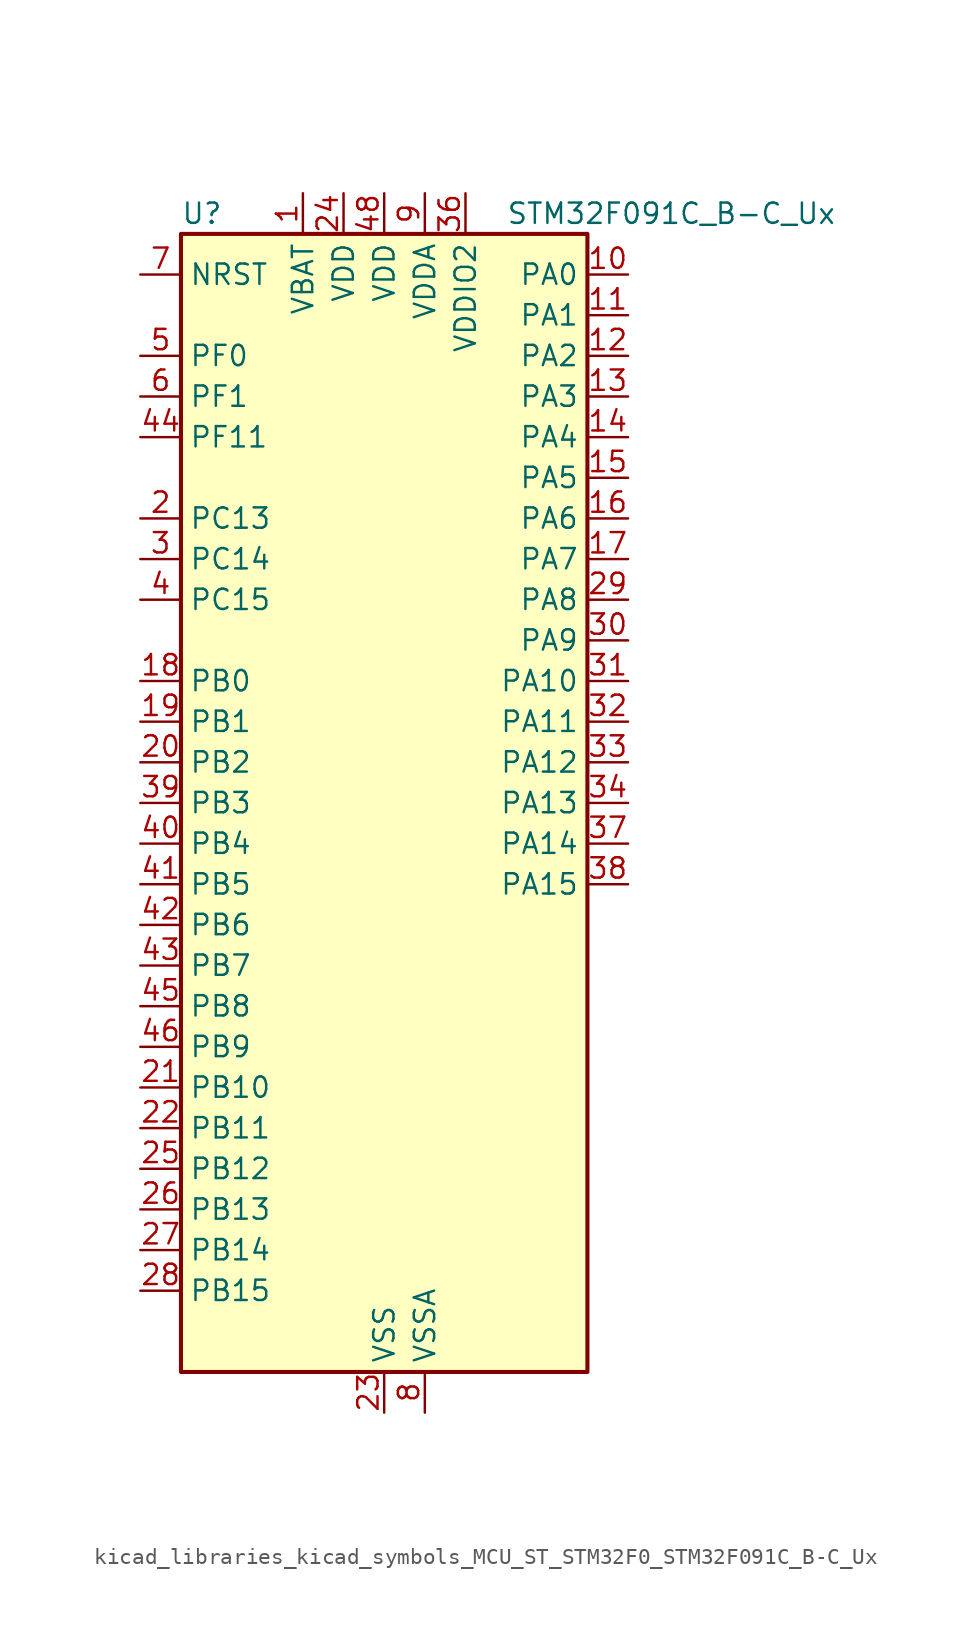
<source format=kicad_sym>
(kicad_symbol_lib
  (version 20220914)
  (generator kicad_symbol_editor)
  (symbol "kicad_libraries_kicad_symbols_MCU_ST_STM32F0_STM32F091C_B-C_Ux"
    (property "Reference" "U"
      (at -12.7 36.83 0)
      (effects (font (size 1.27 1.27)) (justify left)))
    (property "Value" "STM32F091C_B-C_Ux"
      (at 7.62 36.83 0)
      (effects (font (size 1.27 1.27)) (justify left)))
    (property "ki_locked" ""
      (at 0 0 0)
      (effects (font (size 1.27 1.27))))
    (symbol "kicad_libraries_kicad_symbols_MCU_ST_STM32F0_STM32F091C_B-C_Ux_0_1"
      (rectangle (start -12.7 -35.56) (end 12.7 35.56) (stroke (width 0.254) (type default)) (fill (type background))))
    (symbol "kicad_libraries_kicad_symbols_MCU_ST_STM32F0_STM32F091C_B-C_Ux_1_1"
      (pin power_in line (at -5.08 38.1 270) (length 2.54) (name "VBAT" (effects (font (size 1.27 1.27)))) (number "1" (effects (font (size 1.27 1.27)))))
      (pin bidirectional line (at 15.24 33.02 180) (length 2.54) (name "PA0" (effects (font (size 1.27 1.27)))) (number "10" (effects (font (size 1.27 1.27)))) (alternate "ADC_IN0" bidirectional line) (alternate "COMP1_INM" bidirectional line) (alternate "COMP1_OUT" bidirectional line) (alternate "RTC_TAMP2" bidirectional line) (alternate "SYS_WKUP1" bidirectional line) (alternate "TIM2_CH1" bidirectional line) (alternate "TIM2_ETR" bidirectional line) (alternate "TSC_G1_IO1" bidirectional line) (alternate "USART2_CTS" bidirectional line) (alternate "USART4_TX" bidirectional line))
      (pin bidirectional line (at 15.24 30.48 180) (length 2.54) (name "PA1" (effects (font (size 1.27 1.27)))) (number "11" (effects (font (size 1.27 1.27)))) (alternate "ADC_IN1" bidirectional line) (alternate "COMP1_INP" bidirectional line) (alternate "TIM15_CH1N" bidirectional line) (alternate "TIM2_CH2" bidirectional line) (alternate "TSC_G1_IO2" bidirectional line) (alternate "USART2_DE" bidirectional line) (alternate "USART2_RTS" bidirectional line) (alternate "USART4_RX" bidirectional line))
      (pin bidirectional line (at 15.24 27.94 180) (length 2.54) (name "PA2" (effects (font (size 1.27 1.27)))) (number "12" (effects (font (size 1.27 1.27)))) (alternate "ADC_IN2" bidirectional line) (alternate "COMP2_INM" bidirectional line) (alternate "COMP2_OUT" bidirectional line) (alternate "SYS_WKUP4" bidirectional line) (alternate "TIM15_CH1" bidirectional line) (alternate "TIM2_CH3" bidirectional line) (alternate "TSC_G1_IO3" bidirectional line) (alternate "USART2_TX" bidirectional line))
      (pin bidirectional line (at 15.24 25.4 180) (length 2.54) (name "PA3" (effects (font (size 1.27 1.27)))) (number "13" (effects (font (size 1.27 1.27)))) (alternate "ADC_IN3" bidirectional line) (alternate "COMP2_INP" bidirectional line) (alternate "TIM15_CH2" bidirectional line) (alternate "TIM2_CH4" bidirectional line) (alternate "TSC_G1_IO4" bidirectional line) (alternate "USART2_RX" bidirectional line))
      (pin bidirectional line (at 15.24 22.86 180) (length 2.54) (name "PA4" (effects (font (size 1.27 1.27)))) (number "14" (effects (font (size 1.27 1.27)))) (alternate "ADC_IN4" bidirectional line) (alternate "COMP1_INM" bidirectional line) (alternate "COMP2_INM" bidirectional line) (alternate "DAC_OUT1" bidirectional line) (alternate "I2S1_WS" bidirectional line) (alternate "SPI1_NSS" bidirectional line) (alternate "TIM14_CH1" bidirectional line) (alternate "TSC_G2_IO1" bidirectional line) (alternate "USART2_CK" bidirectional line) (alternate "USART6_TX" bidirectional line))
      (pin bidirectional line (at 15.24 20.32 180) (length 2.54) (name "PA5" (effects (font (size 1.27 1.27)))) (number "15" (effects (font (size 1.27 1.27)))) (alternate "ADC_IN5" bidirectional line) (alternate "CEC" bidirectional line) (alternate "COMP1_INM" bidirectional line) (alternate "COMP2_INM" bidirectional line) (alternate "DAC_OUT2" bidirectional line) (alternate "I2S1_CK" bidirectional line) (alternate "SPI1_SCK" bidirectional line) (alternate "TIM2_CH1" bidirectional line) (alternate "TIM2_ETR" bidirectional line) (alternate "TSC_G2_IO2" bidirectional line) (alternate "USART6_RX" bidirectional line))
      (pin bidirectional line (at 15.24 17.78 180) (length 2.54) (name "PA6" (effects (font (size 1.27 1.27)))) (number "16" (effects (font (size 1.27 1.27)))) (alternate "ADC_IN6" bidirectional line) (alternate "COMP1_OUT" bidirectional line) (alternate "I2S1_MCK" bidirectional line) (alternate "SPI1_MISO" bidirectional line) (alternate "TIM16_CH1" bidirectional line) (alternate "TIM1_BKIN" bidirectional line) (alternate "TIM3_CH1" bidirectional line) (alternate "TSC_G2_IO3" bidirectional line) (alternate "USART3_CTS" bidirectional line))
      (pin bidirectional line (at 15.24 15.24 180) (length 2.54) (name "PA7" (effects (font (size 1.27 1.27)))) (number "17" (effects (font (size 1.27 1.27)))) (alternate "ADC_IN7" bidirectional line) (alternate "COMP2_OUT" bidirectional line) (alternate "I2S1_SD" bidirectional line) (alternate "SPI1_MOSI" bidirectional line) (alternate "TIM14_CH1" bidirectional line) (alternate "TIM17_CH1" bidirectional line) (alternate "TIM1_CH1N" bidirectional line) (alternate "TIM3_CH2" bidirectional line) (alternate "TSC_G2_IO4" bidirectional line))
      (pin bidirectional line (at -15.24 7.62 0) (length 2.54) (name "PB0" (effects (font (size 1.27 1.27)))) (number "18" (effects (font (size 1.27 1.27)))) (alternate "ADC_IN8" bidirectional line) (alternate "TIM1_CH2N" bidirectional line) (alternate "TIM3_CH3" bidirectional line) (alternate "TSC_G3_IO2" bidirectional line) (alternate "USART3_CK" bidirectional line))
      (pin bidirectional line (at -15.24 5.08 0) (length 2.54) (name "PB1" (effects (font (size 1.27 1.27)))) (number "19" (effects (font (size 1.27 1.27)))) (alternate "ADC_IN9" bidirectional line) (alternate "TIM14_CH1" bidirectional line) (alternate "TIM1_CH3N" bidirectional line) (alternate "TIM3_CH4" bidirectional line) (alternate "TSC_G3_IO3" bidirectional line) (alternate "USART3_DE" bidirectional line) (alternate "USART3_RTS" bidirectional line))
      (pin bidirectional line (at -15.24 17.78 0) (length 2.54) (name "PC13" (effects (font (size 1.27 1.27)))) (number "2" (effects (font (size 1.27 1.27)))) (alternate "RTC_OUT_ALARM" bidirectional line) (alternate "RTC_OUT_CALIB" bidirectional line) (alternate "RTC_TAMP1" bidirectional line) (alternate "RTC_TS" bidirectional line) (alternate "SYS_WKUP2" bidirectional line))
      (pin bidirectional line (at -15.24 2.54 0) (length 2.54) (name "PB2" (effects (font (size 1.27 1.27)))) (number "20" (effects (font (size 1.27 1.27)))) (alternate "TSC_G3_IO4" bidirectional line))
      (pin bidirectional line (at -15.24 -17.78 0) (length 2.54) (name "PB10" (effects (font (size 1.27 1.27)))) (number "21" (effects (font (size 1.27 1.27)))) (alternate "CEC" bidirectional line) (alternate "I2C2_SCL" bidirectional line) (alternate "I2S2_CK" bidirectional line) (alternate "SPI2_SCK" bidirectional line) (alternate "TIM2_CH3" bidirectional line) (alternate "TSC_SYNC" bidirectional line) (alternate "USART3_TX" bidirectional line))
      (pin bidirectional line (at -15.24 -20.32 0) (length 2.54) (name "PB11" (effects (font (size 1.27 1.27)))) (number "22" (effects (font (size 1.27 1.27)))) (alternate "I2C2_SDA" bidirectional line) (alternate "TIM2_CH4" bidirectional line) (alternate "TSC_G6_IO1" bidirectional line) (alternate "USART3_RX" bidirectional line))
      (pin power_in line (at 0 -38.1 90) (length 2.54) (name "VSS" (effects (font (size 1.27 1.27)))) (number "23" (effects (font (size 1.27 1.27)))))
      (pin power_in line (at -2.54 38.1 270) (length 2.54) (name "VDD" (effects (font (size 1.27 1.27)))) (number "24" (effects (font (size 1.27 1.27)))))
      (pin bidirectional line (at -15.24 -22.86 0) (length 2.54) (name "PB12" (effects (font (size 1.27 1.27)))) (number "25" (effects (font (size 1.27 1.27)))) (alternate "I2S2_WS" bidirectional line) (alternate "SPI2_NSS" bidirectional line) (alternate "TIM15_BKIN" bidirectional line) (alternate "TIM1_BKIN" bidirectional line) (alternate "TSC_G6_IO2" bidirectional line) (alternate "USART3_CK" bidirectional line))
      (pin bidirectional line (at -15.24 -25.4 0) (length 2.54) (name "PB13" (effects (font (size 1.27 1.27)))) (number "26" (effects (font (size 1.27 1.27)))) (alternate "I2C2_SCL" bidirectional line) (alternate "I2S2_CK" bidirectional line) (alternate "SPI2_SCK" bidirectional line) (alternate "TIM1_CH1N" bidirectional line) (alternate "TSC_G6_IO3" bidirectional line) (alternate "USART3_CTS" bidirectional line))
      (pin bidirectional line (at -15.24 -27.94 0) (length 2.54) (name "PB14" (effects (font (size 1.27 1.27)))) (number "27" (effects (font (size 1.27 1.27)))) (alternate "I2C2_SDA" bidirectional line) (alternate "I2S2_MCK" bidirectional line) (alternate "SPI2_MISO" bidirectional line) (alternate "TIM15_CH1" bidirectional line) (alternate "TIM1_CH2N" bidirectional line) (alternate "TSC_G6_IO4" bidirectional line) (alternate "USART3_DE" bidirectional line) (alternate "USART3_RTS" bidirectional line))
      (pin bidirectional line (at -15.24 -30.48 0) (length 2.54) (name "PB15" (effects (font (size 1.27 1.27)))) (number "28" (effects (font (size 1.27 1.27)))) (alternate "I2S2_SD" bidirectional line) (alternate "RTC_REFIN" bidirectional line) (alternate "SPI2_MOSI" bidirectional line) (alternate "SYS_WKUP7" bidirectional line) (alternate "TIM15_CH1N" bidirectional line) (alternate "TIM15_CH2" bidirectional line) (alternate "TIM1_CH3N" bidirectional line))
      (pin bidirectional line (at 15.24 12.7 180) (length 2.54) (name "PA8" (effects (font (size 1.27 1.27)))) (number "29" (effects (font (size 1.27 1.27)))) (alternate "CRS_SYNC" bidirectional line) (alternate "RCC_MCO" bidirectional line) (alternate "TIM1_CH1" bidirectional line) (alternate "USART1_CK" bidirectional line))
      (pin bidirectional line (at -15.24 15.24 0) (length 2.54) (name "PC14" (effects (font (size 1.27 1.27)))) (number "3" (effects (font (size 1.27 1.27)))) (alternate "RCC_OSC32_IN" bidirectional line))
      (pin bidirectional line (at 15.24 10.16 180) (length 2.54) (name "PA9" (effects (font (size 1.27 1.27)))) (number "30" (effects (font (size 1.27 1.27)))) (alternate "DAC_EXTI9" bidirectional line) (alternate "I2C1_SCL" bidirectional line) (alternate "RCC_MCO" bidirectional line) (alternate "TIM15_BKIN" bidirectional line) (alternate "TIM1_CH2" bidirectional line) (alternate "TSC_G4_IO1" bidirectional line) (alternate "USART1_TX" bidirectional line))
      (pin bidirectional line (at 15.24 7.62 180) (length 2.54) (name "PA10" (effects (font (size 1.27 1.27)))) (number "31" (effects (font (size 1.27 1.27)))) (alternate "I2C1_SDA" bidirectional line) (alternate "TIM17_BKIN" bidirectional line) (alternate "TIM1_CH3" bidirectional line) (alternate "TSC_G4_IO2" bidirectional line) (alternate "USART1_RX" bidirectional line))
      (pin bidirectional line (at 15.24 5.08 180) (length 2.54) (name "PA11" (effects (font (size 1.27 1.27)))) (number "32" (effects (font (size 1.27 1.27)))) (alternate "CAN_RX" bidirectional line) (alternate "COMP1_OUT" bidirectional line) (alternate "I2C2_SCL" bidirectional line) (alternate "TIM1_CH4" bidirectional line) (alternate "TSC_G4_IO3" bidirectional line) (alternate "USART1_CTS" bidirectional line))
      (pin bidirectional line (at 15.24 2.54 180) (length 2.54) (name "PA12" (effects (font (size 1.27 1.27)))) (number "33" (effects (font (size 1.27 1.27)))) (alternate "CAN_TX" bidirectional line) (alternate "COMP2_OUT" bidirectional line) (alternate "I2C2_SDA" bidirectional line) (alternate "TIM1_ETR" bidirectional line) (alternate "TSC_G4_IO4" bidirectional line) (alternate "USART1_DE" bidirectional line) (alternate "USART1_RTS" bidirectional line))
      (pin bidirectional line (at 15.24 0 180) (length 2.54) (name "PA13" (effects (font (size 1.27 1.27)))) (number "34" (effects (font (size 1.27 1.27)))) (alternate "IR_OUT" bidirectional line) (alternate "SYS_SWDIO" bidirectional line))
      (pin passive line (at 0 -38.1 90) (length 2.54) hide (name "VSS" (effects (font (size 1.27 1.27)))) (number "35" (effects (font (size 1.27 1.27)))))
      (pin power_in line (at 5.08 38.1 270) (length 2.54) (name "VDDIO2" (effects (font (size 1.27 1.27)))) (number "36" (effects (font (size 1.27 1.27)))))
      (pin bidirectional line (at 15.24 -2.54 180) (length 2.54) (name "PA14" (effects (font (size 1.27 1.27)))) (number "37" (effects (font (size 1.27 1.27)))) (alternate "SYS_SWCLK" bidirectional line) (alternate "USART2_TX" bidirectional line))
      (pin bidirectional line (at 15.24 -5.08 180) (length 2.54) (name "PA15" (effects (font (size 1.27 1.27)))) (number "38" (effects (font (size 1.27 1.27)))) (alternate "I2S1_WS" bidirectional line) (alternate "SPI1_NSS" bidirectional line) (alternate "TIM2_CH1" bidirectional line) (alternate "TIM2_ETR" bidirectional line) (alternate "USART2_RX" bidirectional line) (alternate "USART4_DE" bidirectional line) (alternate "USART4_RTS" bidirectional line))
      (pin bidirectional line (at -15.24 0 0) (length 2.54) (name "PB3" (effects (font (size 1.27 1.27)))) (number "39" (effects (font (size 1.27 1.27)))) (alternate "I2S1_CK" bidirectional line) (alternate "SPI1_SCK" bidirectional line) (alternate "TIM2_CH2" bidirectional line) (alternate "TSC_G5_IO1" bidirectional line) (alternate "USART5_TX" bidirectional line))
      (pin bidirectional line (at -15.24 12.7 0) (length 2.54) (name "PC15" (effects (font (size 1.27 1.27)))) (number "4" (effects (font (size 1.27 1.27)))) (alternate "RCC_OSC32_OUT" bidirectional line))
      (pin bidirectional line (at -15.24 -2.54 0) (length 2.54) (name "PB4" (effects (font (size 1.27 1.27)))) (number "40" (effects (font (size 1.27 1.27)))) (alternate "I2S1_MCK" bidirectional line) (alternate "SPI1_MISO" bidirectional line) (alternate "TIM17_BKIN" bidirectional line) (alternate "TIM3_CH1" bidirectional line) (alternate "TSC_G5_IO2" bidirectional line) (alternate "USART5_RX" bidirectional line))
      (pin bidirectional line (at -15.24 -5.08 0) (length 2.54) (name "PB5" (effects (font (size 1.27 1.27)))) (number "41" (effects (font (size 1.27 1.27)))) (alternate "I2C1_SMBA" bidirectional line) (alternate "I2S1_SD" bidirectional line) (alternate "SPI1_MOSI" bidirectional line) (alternate "SYS_WKUP6" bidirectional line) (alternate "TIM16_BKIN" bidirectional line) (alternate "TIM3_CH2" bidirectional line) (alternate "USART5_CK" bidirectional line) (alternate "USART5_DE" bidirectional line) (alternate "USART5_RTS" bidirectional line))
      (pin bidirectional line (at -15.24 -7.62 0) (length 2.54) (name "PB6" (effects (font (size 1.27 1.27)))) (number "42" (effects (font (size 1.27 1.27)))) (alternate "I2C1_SCL" bidirectional line) (alternate "TIM16_CH1N" bidirectional line) (alternate "TSC_G5_IO3" bidirectional line) (alternate "USART1_TX" bidirectional line))
      (pin bidirectional line (at -15.24 -10.16 0) (length 2.54) (name "PB7" (effects (font (size 1.27 1.27)))) (number "43" (effects (font (size 1.27 1.27)))) (alternate "I2C1_SDA" bidirectional line) (alternate "TIM17_CH1N" bidirectional line) (alternate "TSC_G5_IO4" bidirectional line) (alternate "USART1_RX" bidirectional line) (alternate "USART4_CTS" bidirectional line))
      (pin bidirectional line (at -15.24 22.86 0) (length 2.54) (name "PF11" (effects (font (size 1.27 1.27)))) (number "44" (effects (font (size 1.27 1.27)))))
      (pin bidirectional line (at -15.24 -12.7 0) (length 2.54) (name "PB8" (effects (font (size 1.27 1.27)))) (number "45" (effects (font (size 1.27 1.27)))) (alternate "CAN_RX" bidirectional line) (alternate "CEC" bidirectional line) (alternate "I2C1_SCL" bidirectional line) (alternate "TIM16_CH1" bidirectional line) (alternate "TSC_SYNC" bidirectional line))
      (pin bidirectional line (at -15.24 -15.24 0) (length 2.54) (name "PB9" (effects (font (size 1.27 1.27)))) (number "46" (effects (font (size 1.27 1.27)))) (alternate "CAN_TX" bidirectional line) (alternate "DAC_EXTI9" bidirectional line) (alternate "I2C1_SDA" bidirectional line) (alternate "I2S2_WS" bidirectional line) (alternate "IR_OUT" bidirectional line) (alternate "SPI2_NSS" bidirectional line) (alternate "TIM17_CH1" bidirectional line))
      (pin passive line (at 0 -38.1 90) (length 2.54) hide (name "VSS" (effects (font (size 1.27 1.27)))) (number "47" (effects (font (size 1.27 1.27)))))
      (pin power_in line (at 0 38.1 270) (length 2.54) (name "VDD" (effects (font (size 1.27 1.27)))) (number "48" (effects (font (size 1.27 1.27)))))
      (pin passive line (at 0 -38.1 90) (length 2.54) hide (name "VSS" (effects (font (size 1.27 1.27)))) (number "49" (effects (font (size 1.27 1.27)))))
      (pin bidirectional line (at -15.24 27.94 0) (length 2.54) (name "PF0" (effects (font (size 1.27 1.27)))) (number "5" (effects (font (size 1.27 1.27)))) (alternate "CRS_SYNC" bidirectional line) (alternate "I2C1_SDA" bidirectional line) (alternate "RCC_OSC_IN" bidirectional line))
      (pin bidirectional line (at -15.24 25.4 0) (length 2.54) (name "PF1" (effects (font (size 1.27 1.27)))) (number "6" (effects (font (size 1.27 1.27)))) (alternate "I2C1_SCL" bidirectional line) (alternate "RCC_OSC_OUT" bidirectional line))
      (pin input line (at -15.24 33.02 0) (length 2.54) (name "NRST" (effects (font (size 1.27 1.27)))) (number "7" (effects (font (size 1.27 1.27)))))
      (pin power_in line (at 2.54 -38.1 90) (length 2.54) (name "VSSA" (effects (font (size 1.27 1.27)))) (number "8" (effects (font (size 1.27 1.27)))))
      (pin power_in line (at 2.54 38.1 270) (length 2.54) (name "VDDA" (effects (font (size 1.27 1.27)))) (number "9" (effects (font (size 1.27 1.27))))))))
</source>
